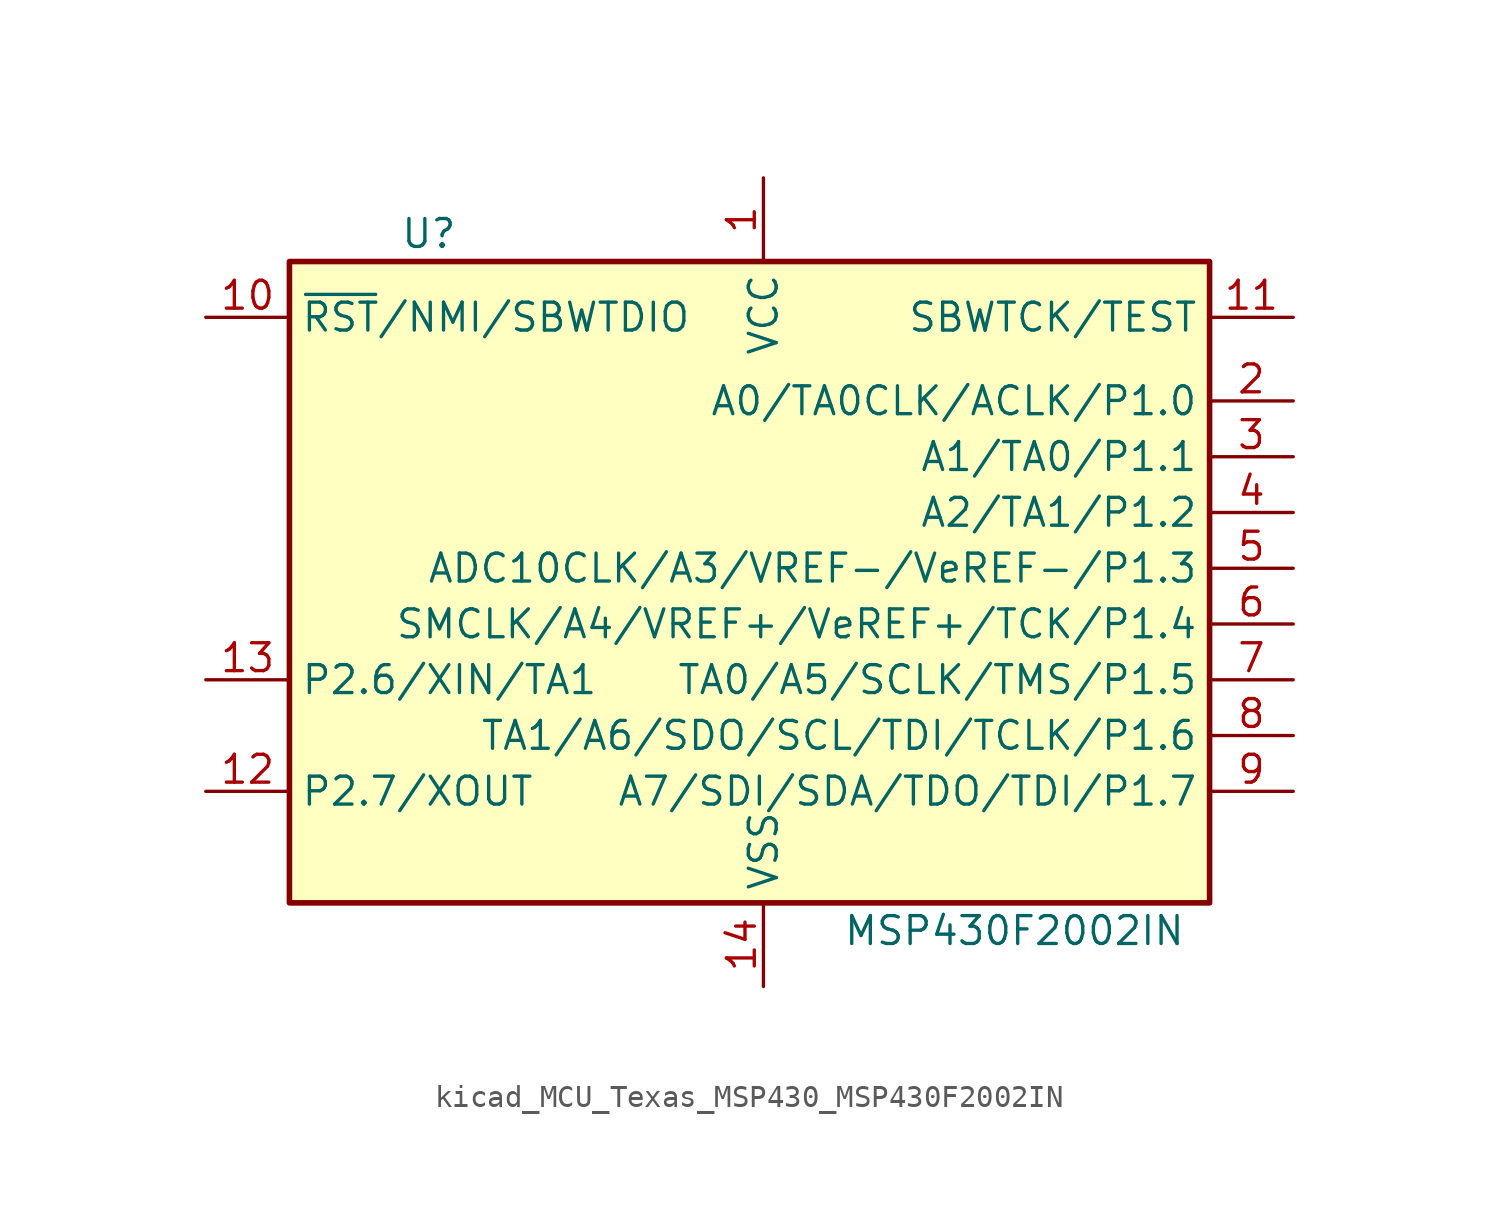
<source format=kicad_sym>
(kicad_symbol_lib
  (version 20220914)
  (generator kicad_symbol_editor)
  (symbol "kicad_MCU_Texas_MSP430_MSP430F2002IN"
    (property "Reference" "U"
      (at -15.24 15.24 0)
      (effects (font (size 1.27 1.27))))
    (property "Value" "MSP430F2002IN"
      (at 11.43 -16.51 0)
      (effects (font (size 1.27 1.27))))
    (symbol "kicad_MCU_Texas_MSP430_MSP430F2002IN_0_1"
      (rectangle (start -21.59 13.97) (end 20.32 -15.24) (stroke (width 0.254) (type default)) (fill (type background))))
    (symbol "kicad_MCU_Texas_MSP430_MSP430F2002IN_1_1"
      (pin power_in line (at 0 17.78 270) (length 3.81) (name "VCC" (effects (font (size 1.27 1.27)))) (number "1" (effects (font (size 1.27 1.27)))))
      (pin input line (at -25.4 11.43 0) (length 3.81) (name "~{RST}/NMI/SBWTDIO" (effects (font (size 1.27 1.27)))) (number "10" (effects (font (size 1.27 1.27)))))
      (pin input line (at 24.13 11.43 180) (length 3.81) (name "SBWTCK/TEST" (effects (font (size 1.27 1.27)))) (number "11" (effects (font (size 1.27 1.27)))))
      (pin bidirectional line (at -25.4 -10.16 0) (length 3.81) (name "P2.7/XOUT" (effects (font (size 1.27 1.27)))) (number "12" (effects (font (size 1.27 1.27)))))
      (pin bidirectional line (at -25.4 -5.08 0) (length 3.81) (name "P2.6/XIN/TA1" (effects (font (size 1.27 1.27)))) (number "13" (effects (font (size 1.27 1.27)))))
      (pin power_in line (at 0 -19.05 90) (length 3.81) (name "VSS" (effects (font (size 1.27 1.27)))) (number "14" (effects (font (size 1.27 1.27)))))
      (pin bidirectional line (at 24.13 7.62 180) (length 3.81) (name "A0/TA0CLK/ACLK/P1.0" (effects (font (size 1.27 1.27)))) (number "2" (effects (font (size 1.27 1.27)))))
      (pin bidirectional line (at 24.13 5.08 180) (length 3.81) (name "A1/TA0/P1.1" (effects (font (size 1.27 1.27)))) (number "3" (effects (font (size 1.27 1.27)))))
      (pin bidirectional line (at 24.13 2.54 180) (length 3.81) (name "A2/TA1/P1.2" (effects (font (size 1.27 1.27)))) (number "4" (effects (font (size 1.27 1.27)))))
      (pin bidirectional line (at 24.13 0 180) (length 3.81) (name "ADC10CLK/A3/VREF-/VeREF-/P1.3" (effects (font (size 1.27 1.27)))) (number "5" (effects (font (size 1.27 1.27)))))
      (pin bidirectional line (at 24.13 -2.54 180) (length 3.81) (name "SMCLK/A4/VREF+/VeREF+/TCK/P1.4" (effects (font (size 1.27 1.27)))) (number "6" (effects (font (size 1.27 1.27)))))
      (pin bidirectional line (at 24.13 -5.08 180) (length 3.81) (name "TA0/A5/SCLK/TMS/P1.5" (effects (font (size 1.27 1.27)))) (number "7" (effects (font (size 1.27 1.27)))))
      (pin bidirectional line (at 24.13 -7.62 180) (length 3.81) (name "TA1/A6/SDO/SCL/TDI/TCLK/P1.6" (effects (font (size 1.27 1.27)))) (number "8" (effects (font (size 1.27 1.27)))))
      (pin bidirectional line (at 24.13 -10.16 180) (length 3.81) (name "A7/SDI/SDA/TDO/TDI/P1.7" (effects (font (size 1.27 1.27)))) (number "9" (effects (font (size 1.27 1.27))))))))
</source>
